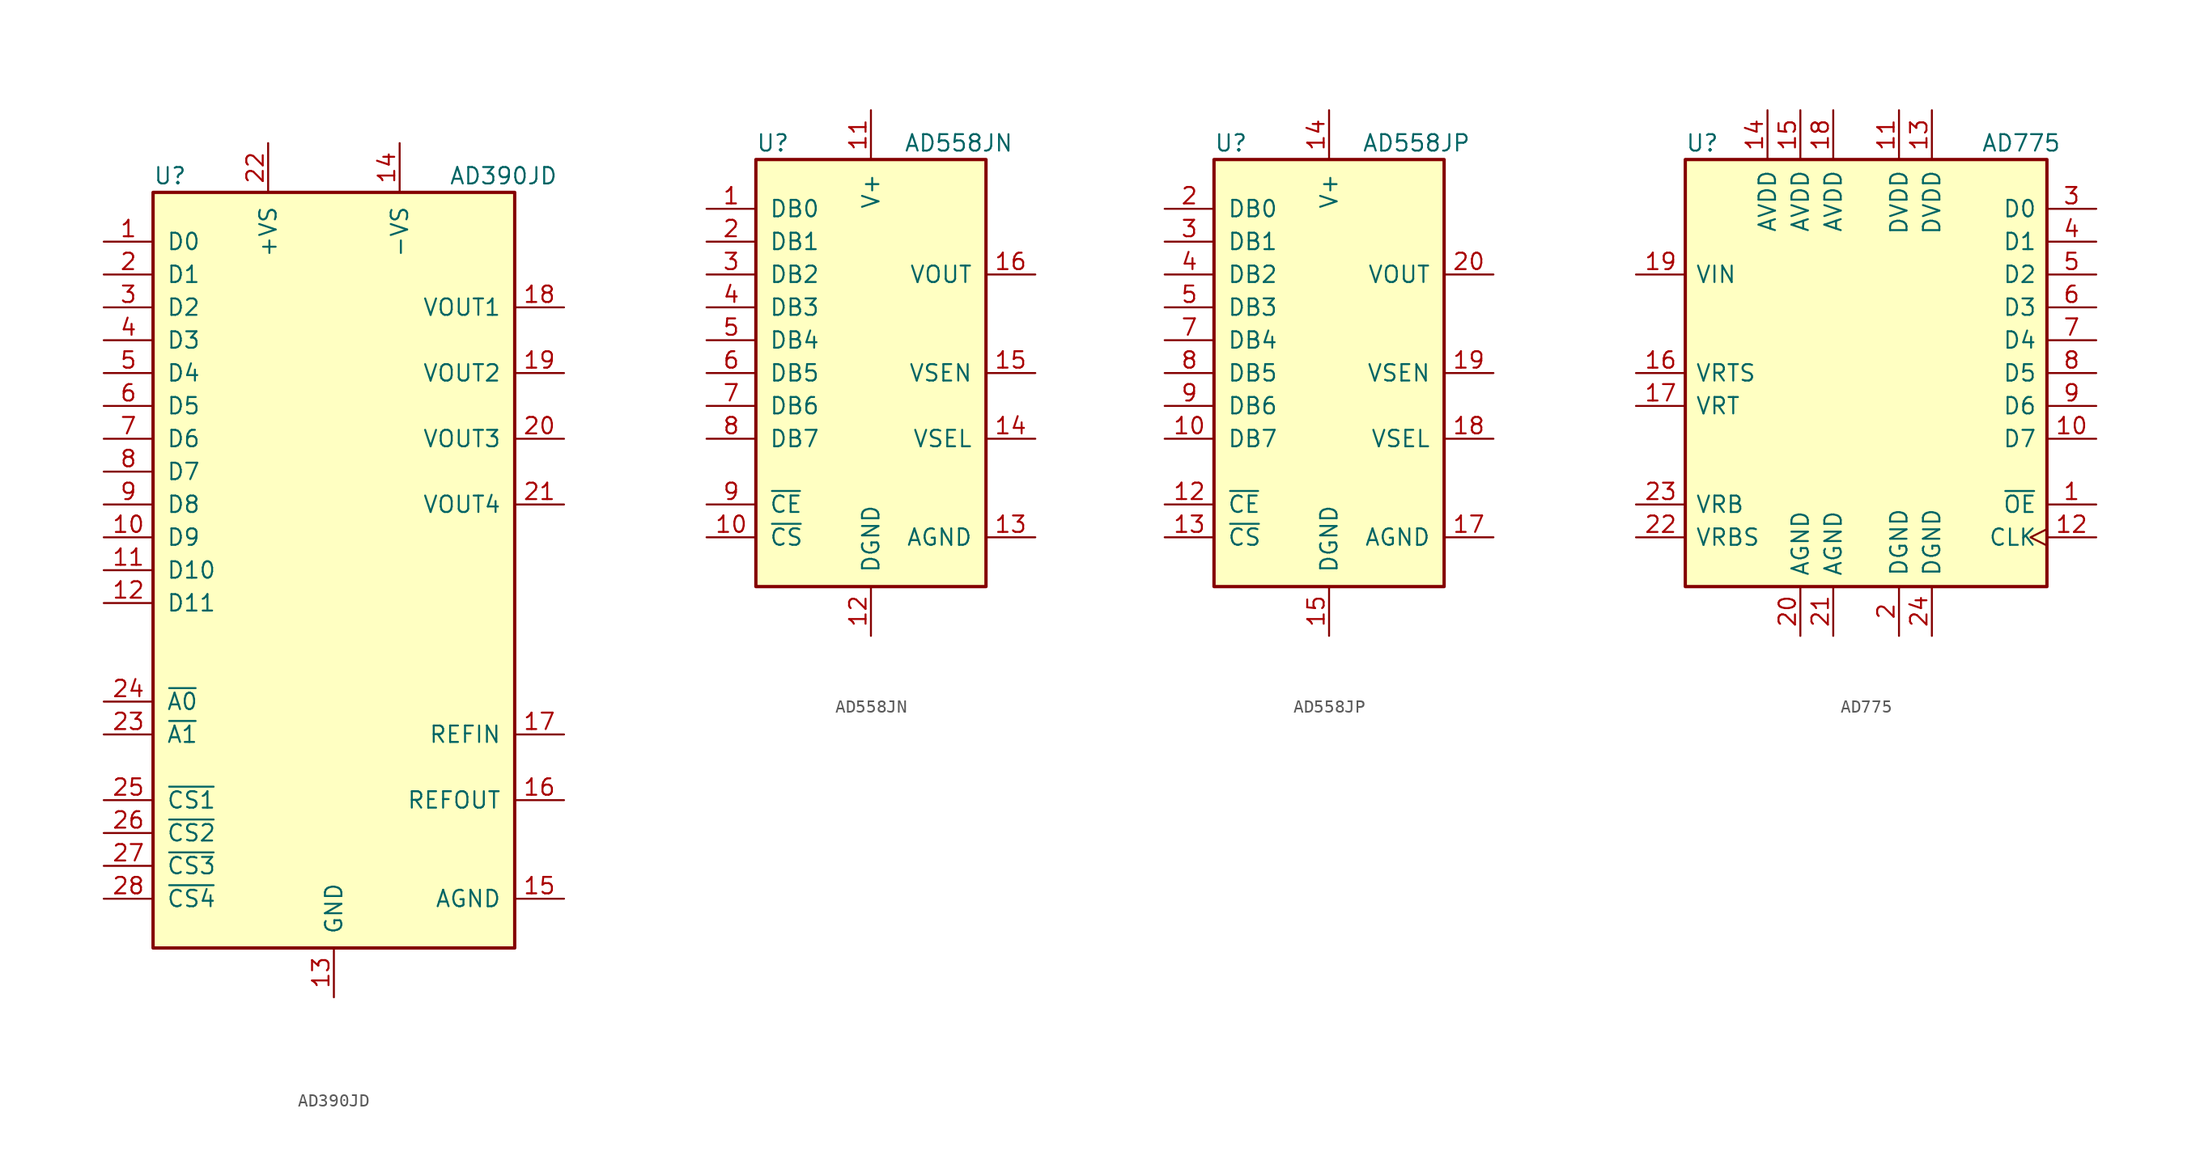
<source format=kicad_sym>
(kicad_symbol_lib
  (version 20201005)
  (generator kicad_symbol_editor)
  (symbol "AD390JD"
    (pin_names
      (offset 1.016))
    (property "Reference" "U"
      (at -13.97 30.48 0)
      (effects (font (size 1.27 1.27)) (justify left)))
    (property "Value" "AD390JD"
      (at 8.89 30.48 0)
      (effects (font (size 1.27 1.27)) (justify left)))
    (symbol "AD390JD_0_1"
      (rectangle (start -13.97 -29.21) (end 13.97 29.21) (stroke (width 0.254)) (fill (type background))))
    (symbol "AD390JD_1_1"
      (pin input line (at -17.78 25.4 0) (length 3.81) (name "D0" (effects (font (size 1.27 1.27)))) (number "1" (effects (font (size 1.27 1.27)))))
      (pin input line (at -17.78 2.54 0) (length 3.81) (name "D9" (effects (font (size 1.27 1.27)))) (number "10" (effects (font (size 1.27 1.27)))))
      (pin input line (at -17.78 0 0) (length 3.81) (name "D10" (effects (font (size 1.27 1.27)))) (number "11" (effects (font (size 1.27 1.27)))))
      (pin input line (at -17.78 -2.54 0) (length 3.81) (name "D11" (effects (font (size 1.27 1.27)))) (number "12" (effects (font (size 1.27 1.27)))))
      (pin power_in line (at 0 -33.02 90) (length 3.81) (name "GND" (effects (font (size 1.27 1.27)))) (number "13" (effects (font (size 1.27 1.27)))))
      (pin power_in line (at 5.08 33.02 270) (length 3.81) (name "-VS" (effects (font (size 1.27 1.27)))) (number "14" (effects (font (size 1.27 1.27)))))
      (pin passive line (at 17.78 -25.4 180) (length 3.81) (name "AGND" (effects (font (size 1.27 1.27)))) (number "15" (effects (font (size 1.27 1.27)))))
      (pin passive line (at 17.78 -17.78 180) (length 3.81) (name "REFOUT" (effects (font (size 1.27 1.27)))) (number "16" (effects (font (size 1.27 1.27)))))
      (pin passive line (at 17.78 -12.7 180) (length 3.81) (name "REFIN" (effects (font (size 1.27 1.27)))) (number "17" (effects (font (size 1.27 1.27)))))
      (pin passive line (at 17.78 20.32 180) (length 3.81) (name "VOUT1" (effects (font (size 1.27 1.27)))) (number "18" (effects (font (size 1.27 1.27)))))
      (pin passive line (at 17.78 15.24 180) (length 3.81) (name "VOUT2" (effects (font (size 1.27 1.27)))) (number "19" (effects (font (size 1.27 1.27)))))
      (pin input line (at -17.78 22.86 0) (length 3.81) (name "D1" (effects (font (size 1.27 1.27)))) (number "2" (effects (font (size 1.27 1.27)))))
      (pin passive line (at 17.78 10.16 180) (length 3.81) (name "VOUT3" (effects (font (size 1.27 1.27)))) (number "20" (effects (font (size 1.27 1.27)))))
      (pin passive line (at 17.78 5.08 180) (length 3.81) (name "VOUT4" (effects (font (size 1.27 1.27)))) (number "21" (effects (font (size 1.27 1.27)))))
      (pin power_in line (at -5.08 33.02 270) (length 3.81) (name "+VS" (effects (font (size 1.27 1.27)))) (number "22" (effects (font (size 1.27 1.27)))))
      (pin input line (at -17.78 -12.7 0) (length 3.81) (name "~A1" (effects (font (size 1.27 1.27)))) (number "23" (effects (font (size 1.27 1.27)))))
      (pin input line (at -17.78 -10.16 0) (length 3.81) (name "~A0" (effects (font (size 1.27 1.27)))) (number "24" (effects (font (size 1.27 1.27)))))
      (pin input line (at -17.78 -17.78 0) (length 3.81) (name "~CS1" (effects (font (size 1.27 1.27)))) (number "25" (effects (font (size 1.27 1.27)))))
      (pin input line (at -17.78 -20.32 0) (length 3.81) (name "~CS2" (effects (font (size 1.27 1.27)))) (number "26" (effects (font (size 1.27 1.27)))))
      (pin input line (at -17.78 -22.86 0) (length 3.81) (name "~CS3" (effects (font (size 1.27 1.27)))) (number "27" (effects (font (size 1.27 1.27)))))
      (pin input line (at -17.78 -25.4 0) (length 3.81) (name "~CS4" (effects (font (size 1.27 1.27)))) (number "28" (effects (font (size 1.27 1.27)))))
      (pin input line (at -17.78 20.32 0) (length 3.81) (name "D2" (effects (font (size 1.27 1.27)))) (number "3" (effects (font (size 1.27 1.27)))))
      (pin input line (at -17.78 17.78 0) (length 3.81) (name "D3" (effects (font (size 1.27 1.27)))) (number "4" (effects (font (size 1.27 1.27)))))
      (pin input line (at -17.78 15.24 0) (length 3.81) (name "D4" (effects (font (size 1.27 1.27)))) (number "5" (effects (font (size 1.27 1.27)))))
      (pin input line (at -17.78 12.7 0) (length 3.81) (name "D5" (effects (font (size 1.27 1.27)))) (number "6" (effects (font (size 1.27 1.27)))))
      (pin input line (at -17.78 10.16 0) (length 3.81) (name "D6" (effects (font (size 1.27 1.27)))) (number "7" (effects (font (size 1.27 1.27)))))
      (pin input line (at -17.78 7.62 0) (length 3.81) (name "D7" (effects (font (size 1.27 1.27)))) (number "8" (effects (font (size 1.27 1.27)))))
      (pin input line (at -17.78 5.08 0) (length 3.81) (name "D8" (effects (font (size 1.27 1.27)))) (number "9" (effects (font (size 1.27 1.27)))))))
  (symbol "AD558JN"
    (pin_names
      (offset 1.016))
    (property "Reference" "U"
      (at -8.89 17.78 0)
      (effects (font (size 1.27 1.27)) (justify left)))
    (property "Value" "AD558JN"
      (at 2.54 17.78 0)
      (effects (font (size 1.27 1.27)) (justify left)))
    (symbol "AD558JN_0_1"
      (rectangle (start -8.89 -16.51) (end 8.89 16.51) (stroke (width 0.254)) (fill (type background))))
    (symbol "AD558JN_1_1"
      (pin input line (at -12.7 12.7 0) (length 3.81) (name "DB0" (effects (font (size 1.27 1.27)))) (number "1" (effects (font (size 1.27 1.27)))))
      (pin input line (at -12.7 -12.7 0) (length 3.81) (name "~CS" (effects (font (size 1.27 1.27)))) (number "10" (effects (font (size 1.27 1.27)))))
      (pin power_in line (at 0 20.32 270) (length 3.81) (name "V+" (effects (font (size 1.27 1.27)))) (number "11" (effects (font (size 1.27 1.27)))))
      (pin power_in line (at 0 -20.32 90) (length 3.81) (name "DGND" (effects (font (size 1.27 1.27)))) (number "12" (effects (font (size 1.27 1.27)))))
      (pin power_in line (at 12.7 -12.7 180) (length 3.81) (name "AGND" (effects (font (size 1.27 1.27)))) (number "13" (effects (font (size 1.27 1.27)))))
      (pin input line (at 12.7 -5.08 180) (length 3.81) (name "VSEL" (effects (font (size 1.27 1.27)))) (number "14" (effects (font (size 1.27 1.27)))))
      (pin input line (at 12.7 0 180) (length 3.81) (name "VSEN" (effects (font (size 1.27 1.27)))) (number "15" (effects (font (size 1.27 1.27)))))
      (pin output line (at 12.7 7.62 180) (length 3.81) (name "VOUT" (effects (font (size 1.27 1.27)))) (number "16" (effects (font (size 1.27 1.27)))))
      (pin input line (at -12.7 10.16 0) (length 3.81) (name "DB1" (effects (font (size 1.27 1.27)))) (number "2" (effects (font (size 1.27 1.27)))))
      (pin input line (at -12.7 7.62 0) (length 3.81) (name "DB2" (effects (font (size 1.27 1.27)))) (number "3" (effects (font (size 1.27 1.27)))))
      (pin input line (at -12.7 5.08 0) (length 3.81) (name "DB3" (effects (font (size 1.27 1.27)))) (number "4" (effects (font (size 1.27 1.27)))))
      (pin input line (at -12.7 2.54 0) (length 3.81) (name "DB4" (effects (font (size 1.27 1.27)))) (number "5" (effects (font (size 1.27 1.27)))))
      (pin input line (at -12.7 0 0) (length 3.81) (name "DB5" (effects (font (size 1.27 1.27)))) (number "6" (effects (font (size 1.27 1.27)))))
      (pin input line (at -12.7 -2.54 0) (length 3.81) (name "DB6" (effects (font (size 1.27 1.27)))) (number "7" (effects (font (size 1.27 1.27)))))
      (pin input line (at -12.7 -5.08 0) (length 3.81) (name "DB7" (effects (font (size 1.27 1.27)))) (number "8" (effects (font (size 1.27 1.27)))))
      (pin input line (at -12.7 -10.16 0) (length 3.81) (name "~CE" (effects (font (size 1.27 1.27)))) (number "9" (effects (font (size 1.27 1.27)))))))
  (symbol "AD558JP"
    (pin_names
      (offset 1.016))
    (property "Reference" "U"
      (at -8.89 17.78 0)
      (effects (font (size 1.27 1.27)) (justify left)))
    (property "Value" "AD558JP"
      (at 2.54 17.78 0)
      (effects (font (size 1.27 1.27)) (justify left)))
    (symbol "AD558JP_0_1"
      (rectangle (start -8.89 -16.51) (end 8.89 16.51) (stroke (width 0.254)) (fill (type background))))
    (symbol "AD558JP_1_1"
      (pin input line (at -12.7 -5.08 0) (length 3.81) (name "DB7" (effects (font (size 1.27 1.27)))) (number "10" (effects (font (size 1.27 1.27)))))
      (pin input line (at -12.7 -10.16 0) (length 3.81) (name "~CE" (effects (font (size 1.27 1.27)))) (number "12" (effects (font (size 1.27 1.27)))))
      (pin input line (at -12.7 -12.7 0) (length 3.81) (name "~CS" (effects (font (size 1.27 1.27)))) (number "13" (effects (font (size 1.27 1.27)))))
      (pin power_in line (at 0 20.32 270) (length 3.81) (name "V+" (effects (font (size 1.27 1.27)))) (number "14" (effects (font (size 1.27 1.27)))))
      (pin power_in line (at 0 -20.32 90) (length 3.81) (name "DGND" (effects (font (size 1.27 1.27)))) (number "15" (effects (font (size 1.27 1.27)))))
      (pin power_in line (at 12.7 -12.7 180) (length 3.81) (name "AGND" (effects (font (size 1.27 1.27)))) (number "17" (effects (font (size 1.27 1.27)))))
      (pin input line (at 12.7 -5.08 180) (length 3.81) (name "VSEL" (effects (font (size 1.27 1.27)))) (number "18" (effects (font (size 1.27 1.27)))))
      (pin input line (at 12.7 0 180) (length 3.81) (name "VSEN" (effects (font (size 1.27 1.27)))) (number "19" (effects (font (size 1.27 1.27)))))
      (pin input line (at -12.7 12.7 0) (length 3.81) (name "DB0" (effects (font (size 1.27 1.27)))) (number "2" (effects (font (size 1.27 1.27)))))
      (pin output line (at 12.7 7.62 180) (length 3.81) (name "VOUT" (effects (font (size 1.27 1.27)))) (number "20" (effects (font (size 1.27 1.27)))))
      (pin input line (at -12.7 10.16 0) (length 3.81) (name "DB1" (effects (font (size 1.27 1.27)))) (number "3" (effects (font (size 1.27 1.27)))))
      (pin input line (at -12.7 7.62 0) (length 3.81) (name "DB2" (effects (font (size 1.27 1.27)))) (number "4" (effects (font (size 1.27 1.27)))))
      (pin input line (at -12.7 5.08 0) (length 3.81) (name "DB3" (effects (font (size 1.27 1.27)))) (number "5" (effects (font (size 1.27 1.27)))))
      (pin input line (at -12.7 2.54 0) (length 3.81) (name "DB4" (effects (font (size 1.27 1.27)))) (number "7" (effects (font (size 1.27 1.27)))))
      (pin input line (at -12.7 0 0) (length 3.81) (name "DB5" (effects (font (size 1.27 1.27)))) (number "8" (effects (font (size 1.27 1.27)))))
      (pin input line (at -12.7 -2.54 0) (length 3.81) (name "DB6" (effects (font (size 1.27 1.27)))) (number "9" (effects (font (size 1.27 1.27)))))))
  (symbol "AD775"
    (pin_names
      (offset 0.762))
    (property "Reference" "U"
      (at -13.97 17.78 0)
      (effects (font (size 1.27 1.27)) (justify left)))
    (property "Value" "AD775"
      (at 8.89 17.78 0)
      (effects (font (size 1.27 1.27)) (justify left)))
    (symbol "AD775_0_1"
      (rectangle (start -13.97 -16.51) (end 13.97 16.51) (stroke (width 0.254)) (fill (type background))))
    (symbol "AD775_1_1"
      (pin input line (at 17.78 -10.16 180) (length 3.81) (name "~OE" (effects (font (size 1.27 1.27)))) (number "1" (effects (font (size 1.27 1.27)))))
      (pin tri_state line (at 17.78 -5.08 180) (length 3.81) (name "D7" (effects (font (size 1.27 1.27)))) (number "10" (effects (font (size 1.27 1.27)))))
      (pin power_in line (at 2.54 20.32 270) (length 3.81) (name "DVDD" (effects (font (size 1.27 1.27)))) (number "11" (effects (font (size 1.27 1.27)))))
      (pin input clock (at 17.78 -12.7 180) (length 3.81) (name "CLK" (effects (font (size 1.27 1.27)))) (number "12" (effects (font (size 1.27 1.27)))))
      (pin power_in line (at 5.08 20.32 270) (length 3.81) (name "DVDD" (effects (font (size 1.27 1.27)))) (number "13" (effects (font (size 1.27 1.27)))))
      (pin power_in line (at -7.62 20.32 270) (length 3.81) (name "AVDD" (effects (font (size 1.27 1.27)))) (number "14" (effects (font (size 1.27 1.27)))))
      (pin power_in line (at -5.08 20.32 270) (length 3.81) (name "AVDD" (effects (font (size 1.27 1.27)))) (number "15" (effects (font (size 1.27 1.27)))))
      (pin input line (at -17.78 0 0) (length 3.81) (name "VRTS" (effects (font (size 1.27 1.27)))) (number "16" (effects (font (size 1.27 1.27)))))
      (pin input line (at -17.78 -2.54 0) (length 3.81) (name "VRT" (effects (font (size 1.27 1.27)))) (number "17" (effects (font (size 1.27 1.27)))))
      (pin power_in line (at -2.54 20.32 270) (length 3.81) (name "AVDD" (effects (font (size 1.27 1.27)))) (number "18" (effects (font (size 1.27 1.27)))))
      (pin input line (at -17.78 7.62 0) (length 3.81) (name "VIN" (effects (font (size 1.27 1.27)))) (number "19" (effects (font (size 1.27 1.27)))))
      (pin power_in line (at 2.54 -20.32 90) (length 3.81) (name "DGND" (effects (font (size 1.27 1.27)))) (number "2" (effects (font (size 1.27 1.27)))))
      (pin power_in line (at -5.08 -20.32 90) (length 3.81) (name "AGND" (effects (font (size 1.27 1.27)))) (number "20" (effects (font (size 1.27 1.27)))))
      (pin power_in line (at -2.54 -20.32 90) (length 3.81) (name "AGND" (effects (font (size 1.27 1.27)))) (number "21" (effects (font (size 1.27 1.27)))))
      (pin input line (at -17.78 -12.7 0) (length 3.81) (name "VRBS" (effects (font (size 1.27 1.27)))) (number "22" (effects (font (size 1.27 1.27)))))
      (pin input line (at -17.78 -10.16 0) (length 3.81) (name "VRB" (effects (font (size 1.27 1.27)))) (number "23" (effects (font (size 1.27 1.27)))))
      (pin power_in line (at 5.08 -20.32 90) (length 3.81) (name "DGND" (effects (font (size 1.27 1.27)))) (number "24" (effects (font (size 1.27 1.27)))))
      (pin tri_state line (at 17.78 12.7 180) (length 3.81) (name "D0" (effects (font (size 1.27 1.27)))) (number "3" (effects (font (size 1.27 1.27)))))
      (pin tri_state line (at 17.78 10.16 180) (length 3.81) (name "D1" (effects (font (size 1.27 1.27)))) (number "4" (effects (font (size 1.27 1.27)))))
      (pin tri_state line (at 17.78 7.62 180) (length 3.81) (name "D2" (effects (font (size 1.27 1.27)))) (number "5" (effects (font (size 1.27 1.27)))))
      (pin tri_state line (at 17.78 5.08 180) (length 3.81) (name "D3" (effects (font (size 1.27 1.27)))) (number "6" (effects (font (size 1.27 1.27)))))
      (pin tri_state line (at 17.78 2.54 180) (length 3.81) (name "D4" (effects (font (size 1.27 1.27)))) (number "7" (effects (font (size 1.27 1.27)))))
      (pin tri_state line (at 17.78 0 180) (length 3.81) (name "D5" (effects (font (size 1.27 1.27)))) (number "8" (effects (font (size 1.27 1.27)))))
      (pin tri_state line (at 17.78 -2.54 180) (length 3.81) (name "D6" (effects (font (size 1.27 1.27)))) (number "9" (effects (font (size 1.27 1.27))))))))
</source>
